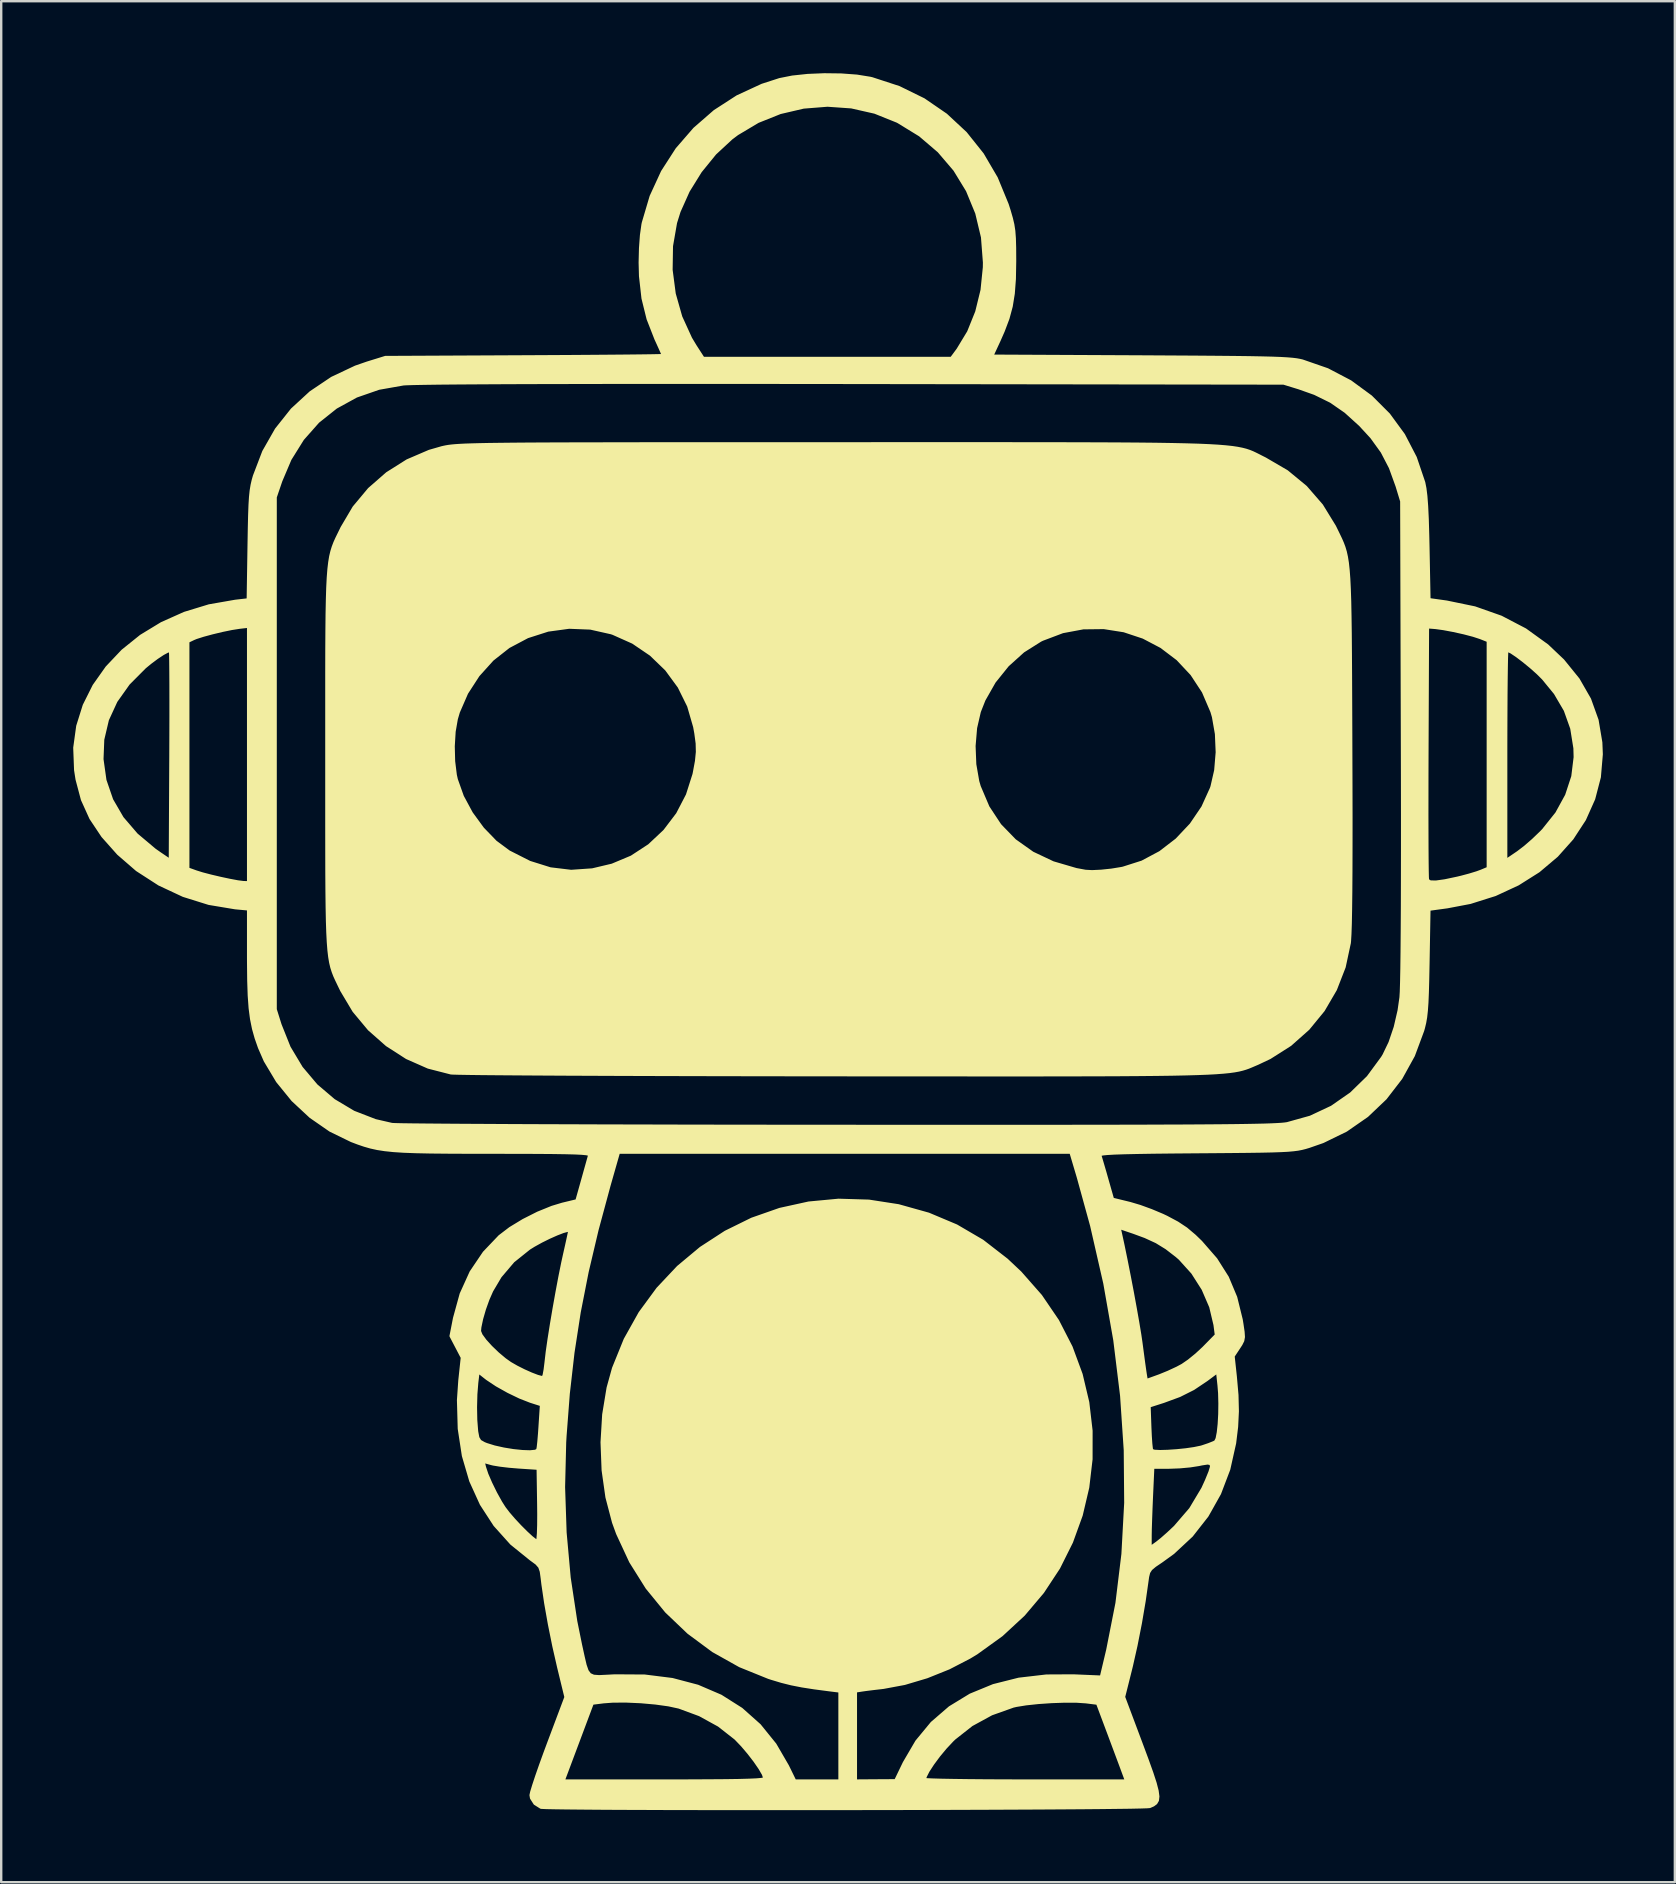
<source format=kicad_pcb>
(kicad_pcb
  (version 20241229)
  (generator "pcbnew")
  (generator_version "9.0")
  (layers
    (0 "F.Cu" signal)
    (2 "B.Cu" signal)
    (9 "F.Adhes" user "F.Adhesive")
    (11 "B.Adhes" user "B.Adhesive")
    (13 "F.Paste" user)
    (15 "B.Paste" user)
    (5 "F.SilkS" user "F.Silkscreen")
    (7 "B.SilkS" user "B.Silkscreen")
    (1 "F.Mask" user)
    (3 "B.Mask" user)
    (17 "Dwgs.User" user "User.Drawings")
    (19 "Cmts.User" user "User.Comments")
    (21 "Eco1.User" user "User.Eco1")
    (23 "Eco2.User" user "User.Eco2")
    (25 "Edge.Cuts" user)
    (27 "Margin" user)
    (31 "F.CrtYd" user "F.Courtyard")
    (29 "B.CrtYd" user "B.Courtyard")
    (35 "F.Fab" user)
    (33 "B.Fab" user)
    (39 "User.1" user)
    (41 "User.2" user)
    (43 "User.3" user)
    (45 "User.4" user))
  (footprint "buzz_silk"
    (layer "F.Cu")
    (at 31.758 35.995)
    (property "Reference" "buzz_silk" (at 0 0 0) (layer "F.SilkS") (effects (font (size 1.524 1.524) (thickness 0.3))))
    (attr through_hole)
    (fp_poly (pts (xy 21.492 -4.991) (xy 21.491 -3.795) (xy 21.488 -2.758) (xy 21.482 -1.877) (xy 21.473 -1.149) (xy 21.462 -0.57) (xy 21.447 -0.137) (xy 21.43 0.153) (xy 21.421 0.243) (xy 21.206 1.245) (xy 20.84 2.185) (xy 20.335 3.049) (xy 19.702 3.821) (xy 18.953 4.486) (xy 18.099 5.029) (xy 17.592 5.269) (xy 17.455 5.327) (xy 17.33 5.381) (xy 17.21 5.43) (xy 17.086 5.474) (xy 16.951 5.514) (xy 16.798 5.551) (xy 16.62 5.583) (xy 16.408 5.612) (xy 16.156 5.637) (xy 15.888 5.657) (xy 15.888 -7.704) (xy 15.856 -8.467) (xy 15.732 -9.176) (xy 15.668 -9.394) (xy 15.313 -10.222) (xy 14.833 -10.953) (xy 14.246 -11.579) (xy 13.568 -12.093) (xy 12.82 -12.486) (xy 12.017 -12.753) (xy 11.179 -12.885) (xy 10.322 -12.875) (xy 9.466 -12.715) (xy 8.627 -12.398) (xy 8.544 -12.358) (xy 7.827 -11.906) (xy 7.179 -11.322) (xy 6.627 -10.636) (xy 6.198 -9.881) (xy 6.006 -9.394) (xy 5.85 -8.717) (xy 5.787 -7.965) (xy 5.817 -7.203) (xy 5.94 -6.496) (xy 6.003 -6.28) (xy 6.366 -5.425) (xy 6.859 -4.677) (xy 7.477 -4.04) (xy 8.214 -3.517) (xy 9.066 -3.114) (xy 10.028 -2.832) (xy 10.414 -2.76) (xy 10.688 -2.745) (xy 11.069 -2.763) (xy 11.497 -2.808) (xy 11.913 -2.876) (xy 11.98 -2.89) (xy 12.772 -3.143) (xy 13.522 -3.543) (xy 14.207 -4.07) (xy 14.804 -4.703) (xy 15.291 -5.421) (xy 15.646 -6.203) (xy 15.672 -6.28) (xy 15.826 -6.954) (xy 15.888 -7.704) (xy 15.888 5.657) (xy 15.855 5.66) (xy 15.499 5.679) (xy 15.08 5.695) (xy 14.59 5.709) (xy 14.023 5.721) (xy 13.37 5.73) (xy 12.624 5.737) (xy 11.777 5.743) (xy 10.823 5.747) (xy 9.753 5.749) (xy 8.56 5.751) (xy 7.237 5.751) (xy 5.776 5.751) (xy 4.17 5.75) (xy 2.411 5.749) (xy 0.492 5.748) (xy 0.056 5.747) (xy -1.567 5.746) (xy -3.147 5.744) (xy -4.677 5.741) (xy -5.768 5.739) (xy -5.768 -7.718) (xy -5.777 -8.077) (xy -5.832 -8.49) (xy -5.881 -8.762) (xy -6.131 -9.626) (xy -6.527 -10.428) (xy -7.055 -11.148) (xy -7.699 -11.769) (xy -8.443 -12.274) (xy -9.271 -12.644) (xy -9.349 -12.67) (xy -10.212 -12.864) (xy -11.097 -12.899) (xy -11.977 -12.779) (xy -12.828 -12.506) (xy -13.61 -12.092) (xy -14.286 -11.56) (xy -14.875 -10.907) (xy -15.354 -10.168) (xy -15.698 -9.378) (xy -15.783 -9.089) (xy -15.874 -8.566) (xy -15.911 -7.955) (xy -15.895 -7.329) (xy -15.825 -6.763) (xy -15.783 -6.574) (xy -15.532 -5.868) (xy -15.158 -5.174) (xy -14.689 -4.531) (xy -14.155 -3.979) (xy -13.601 -3.568) (xy -12.739 -3.131) (xy -11.88 -2.862) (xy -11.015 -2.758) (xy -10.131 -2.819) (xy -9.307 -3.015) (xy -8.501 -3.353) (xy -7.769 -3.832) (xy -7.128 -4.434) (xy -6.593 -5.139) (xy -6.182 -5.93) (xy -5.909 -6.787) (xy -5.891 -6.876) (xy -5.805 -7.341) (xy -5.768 -7.718) (xy -5.768 5.739) (xy -6.147 5.738) (xy -7.55 5.734) (xy -8.875 5.73) (xy -10.116 5.725) (xy -11.263 5.72) (xy -12.308 5.714) (xy -13.241 5.708) (xy -14.055 5.702) (xy -14.74 5.696) (xy -15.289 5.689) (xy -15.692 5.682) (xy -15.941 5.675) (xy -16.022 5.67) (xy -16.968 5.427) (xy -17.866 5.031) (xy -18.695 4.498) (xy -19.438 3.843) (xy -20.075 3.079) (xy -20.587 2.221) (xy -20.617 2.159) (xy -20.714 1.958) (xy -20.8 1.779) (xy -20.876 1.611) (xy -20.941 1.442) (xy -20.998 1.262) (xy -21.046 1.059) (xy -21.086 0.823) (xy -21.119 0.541) (xy -21.145 0.203) (xy -21.166 -0.202) (xy -21.182 -0.685) (xy -21.193 -1.259) (xy -21.201 -1.932) (xy -21.206 -2.718) (xy -21.208 -3.627) (xy -21.209 -4.671) (xy -21.209 -5.859) (xy -21.209 -7.205) (xy -21.209 -7.408) (xy -21.209 -8.777) (xy -21.209 -9.988) (xy -21.209 -11.051) (xy -21.207 -11.979) (xy -21.202 -12.783) (xy -21.195 -13.473) (xy -21.183 -14.061) (xy -21.168 -14.558) (xy -21.147 -14.976) (xy -21.12 -15.326) (xy -21.086 -15.618) (xy -21.046 -15.864) (xy -20.996 -16.075) (xy -20.938 -16.263) (xy -20.871 -16.439) (xy -20.793 -16.613) (xy -20.703 -16.797) (xy -20.602 -17.003) (xy -20.575 -17.06) (xy -20.071 -17.914) (xy -19.435 -18.676) (xy -18.686 -19.33) (xy -17.844 -19.861) (xy -16.927 -20.255) (xy -16.403 -20.406) (xy -16.315 -20.426) (xy -16.223 -20.445) (xy -16.119 -20.462) (xy -15.997 -20.477) (xy -15.848 -20.491) (xy -15.665 -20.503) (xy -15.44 -20.515) (xy -15.167 -20.524) (xy -14.837 -20.533) (xy -14.443 -20.541) (xy -13.978 -20.547) (xy -13.434 -20.553) (xy -12.804 -20.558) (xy -12.079 -20.562) (xy -11.254 -20.565) (xy -10.32 -20.567) (xy -9.269 -20.569) (xy -8.095 -20.571) (xy -6.789 -20.572) (xy -5.344 -20.573) (xy -3.754 -20.573) (xy -2.009 -20.573) (xy -0.104 -20.573) (xy 0.067 -20.573) (xy 2.032 -20.574) (xy 3.836 -20.574) (xy 5.485 -20.574) (xy 6.987 -20.574) (xy 8.35 -20.573) (xy 9.58 -20.571) (xy 10.686 -20.568) (xy 11.675 -20.564) (xy 12.553 -20.558) (xy 13.33 -20.55) (xy 14.012 -20.539) (xy 14.606 -20.526) (xy 15.12 -20.511) (xy 15.562 -20.492) (xy 15.939 -20.47) (xy 16.258 -20.444) (xy 16.527 -20.415) (xy 16.753 -20.381) (xy 16.944 -20.343) (xy 17.108 -20.301) (xy 17.251 -20.253) (xy 17.38 -20.201) (xy 17.505 -20.142) (xy 17.631 -20.079) (xy 17.767 -20.009) (xy 17.907 -19.939) (xy 18.814 -19.409) (xy 19.599 -18.762) (xy 20.262 -17.998) (xy 20.803 -17.117) (xy 20.873 -16.974) (xy 20.971 -16.773) (xy 21.057 -16.593) (xy 21.132 -16.421) (xy 21.197 -16.247) (xy 21.253 -16.059) (xy 21.3 -15.845) (xy 21.34 -15.595) (xy 21.372 -15.295) (xy 21.399 -14.935) (xy 21.42 -14.504) (xy 21.437 -13.989) (xy 21.449 -13.38) (xy 21.459 -12.664) (xy 21.466 -11.83) (xy 21.472 -10.867) (xy 21.477 -9.762) (xy 21.482 -8.506) (xy 21.484 -7.874) (xy 21.489 -6.349) (xy 21.492 -4.991)) (stroke (width 0.1) (type solid)) (fill yes) (layer "F.SilkS"))
    (fp_poly (pts (xy 31.919 -7.62) (xy 31.838 -6.669) (xy 31.601 -5.76) (xy 31.218 -4.903) (xy 30.801 -4.264) (xy 30.801 -7.499) (xy 30.791 -7.874) (xy 30.659 -8.697) (xy 30.39 -9.452) (xy 29.973 -10.163) (xy 29.475 -10.771) (xy 29.245 -11) (xy 28.964 -11.25) (xy 28.665 -11.495) (xy 28.383 -11.709) (xy 28.151 -11.865) (xy 28.002 -11.936) (xy 27.987 -11.938) (xy 27.978 -11.856) (xy 27.969 -11.62) (xy 27.962 -11.247) (xy 27.955 -10.752) (xy 27.949 -10.15) (xy 27.945 -9.458) (xy 27.942 -8.692) (xy 27.94 -7.867) (xy 27.94 -7.575) (xy 27.94 -3.211) (xy 28.428 -3.542) (xy 28.716 -3.762) (xy 29.055 -4.056) (xy 29.384 -4.372) (xy 29.477 -4.468) (xy 30.035 -5.166) (xy 30.446 -5.915) (xy 30.703 -6.698) (xy 30.801 -7.499) (xy 30.801 -4.264) (xy 30.7 -4.108) (xy 30.057 -3.387) (xy 29.3 -2.748) (xy 28.439 -2.204) (xy 27.485 -1.762) (xy 27.178 -1.666) (xy 27.178 -2.881) (xy 27.178 -7.612) (xy 27.178 -12.343) (xy 26.86 -12.469) (xy 26.573 -12.563) (xy 26.181 -12.666) (xy 25.745 -12.763) (xy 25.329 -12.841) (xy 24.995 -12.887) (xy 24.977 -12.888) (xy 24.68 -12.912) (xy 24.658 -7.705) (xy 24.655 -6.779) (xy 24.654 -5.902) (xy 24.653 -5.089) (xy 24.655 -4.355) (xy 24.657 -3.714) (xy 24.661 -3.182) (xy 24.666 -2.773) (xy 24.672 -2.502) (xy 24.68 -2.385) (xy 24.681 -2.382) (xy 24.78 -2.318) (xy 25.014 -2.312) (xy 25.388 -2.364) (xy 25.912 -2.475) (xy 26.073 -2.514) (xy 26.407 -2.603) (xy 26.718 -2.698) (xy 26.898 -2.764) (xy 27.178 -2.881) (xy 27.178 -1.666) (xy 26.448 -1.435) (xy 25.488 -1.252) (xy 24.74 -1.15) (xy 24.701 1.055) (xy 24.687 1.747) (xy 24.672 2.296) (xy 24.654 2.727) (xy 24.63 3.064) (xy 24.6 3.335) (xy 24.56 3.565) (xy 24.509 3.778) (xy 24.476 3.895) (xy 24.09 4.933) (xy 23.608 5.805) (xy 23.608 -3.697) (xy 23.608 -5.113) (xy 23.606 -6.657) (xy 23.602 -8.255) (xy 23.574 -18.161) (xy 23.381 -18.795) (xy 23.104 -19.56) (xy 22.762 -20.218) (xy 22.323 -20.825) (xy 21.848 -21.34) (xy 21.242 -21.889) (xy 20.632 -22.311) (xy 19.961 -22.641) (xy 19.303 -22.874) (xy 18.669 -23.069) (xy 6.191 -23.087) (xy 6.191 -28.109) (xy 6.11 -29.161) (xy 5.871 -30.163) (xy 5.484 -31.102) (xy 4.957 -31.964) (xy 4.297 -32.737) (xy 3.514 -33.406) (xy 2.616 -33.957) (xy 2.566 -33.983) (xy 1.636 -34.357) (xy 0.662 -34.578) (xy -0.334 -34.648) (xy -1.329 -34.569) (xy -2.301 -34.342) (xy -3.228 -33.971) (xy -4.088 -33.458) (xy -4.335 -33.272) (xy -5.012 -32.644) (xy -5.617 -31.9) (xy -6.123 -31.083) (xy -6.504 -30.231) (xy -6.651 -29.76) (xy -6.819 -28.795) (xy -6.835 -27.801) (xy -6.705 -26.808) (xy -6.433 -25.848) (xy -6.025 -24.954) (xy -5.834 -24.636) (xy -5.507 -24.13) (xy -0.341 -24.13) (xy 4.825 -24.13) (xy 5.091 -24.49) (xy 5.533 -25.22) (xy 5.87 -26.056) (xy 6.092 -26.963) (xy 6.188 -27.907) (xy 6.191 -28.109) (xy 6.191 -23.087) (xy 0.762 -23.095) (xy -1.548 -23.098) (xy -3.715 -23.099) (xy -5.738 -23.1) (xy -7.614 -23.1) (xy -9.343 -23.099) (xy -10.921 -23.096) (xy -12.346 -23.093) (xy -13.618 -23.089) (xy -14.733 -23.083) (xy -15.691 -23.077) (xy -16.488 -23.07) (xy -17.122 -23.061) (xy -17.593 -23.052) (xy -17.898 -23.042) (xy -18.004 -23.035) (xy -19.022 -22.855) (xy -19.958 -22.53) (xy -20.804 -22.065) (xy -21.551 -21.47) (xy -22.19 -20.748) (xy -22.713 -19.909) (xy -23.095 -19.008) (xy -23.326 -18.33) (xy -23.326 -7.662) (xy -23.326 3.006) (xy -23.127 3.641) (xy -22.75 4.585) (xy -22.244 5.431) (xy -21.621 6.169) (xy -20.893 6.788) (xy -20.072 7.278) (xy -19.168 7.628) (xy -18.477 7.787) (xy -18.355 7.793) (xy -18.071 7.8) (xy -17.634 7.806) (xy -17.052 7.812) (xy -16.332 7.818) (xy -15.482 7.824) (xy -14.512 7.829) (xy -13.427 7.835) (xy -12.237 7.84) (xy -10.95 7.844) (xy -9.573 7.849) (xy -8.114 7.852) (xy -6.582 7.856) (xy -4.984 7.859) (xy -3.329 7.861) (xy -1.623 7.863) (xy 0.056 7.864) (xy 2.16 7.865) (xy 4.102 7.866) (xy 5.887 7.866) (xy 7.523 7.866) (xy 9.015 7.865) (xy 10.372 7.864) (xy 11.598 7.862) (xy 12.701 7.86) (xy 13.687 7.856) (xy 14.563 7.853) (xy 15.336 7.848) (xy 16.011 7.843) (xy 16.596 7.837) (xy 17.098 7.83) (xy 17.522 7.822) (xy 17.875 7.814) (xy 18.164 7.804) (xy 18.396 7.793) (xy 18.576 7.782) (xy 18.712 7.769) (xy 18.811 7.755) (xy 18.824 7.752) (xy 19.781 7.485) (xy 20.669 7.068) (xy 21.472 6.51) (xy 22.179 5.822) (xy 22.774 5.013) (xy 22.836 4.911) (xy 23.089 4.385) (xy 23.305 3.747) (xy 23.466 3.052) (xy 23.544 2.506) (xy 23.558 2.274) (xy 23.57 1.877) (xy 23.581 1.32) (xy 23.59 0.608) (xy 23.597 -0.254) (xy 23.603 -1.262) (xy 23.606 -2.411) (xy 23.608 -3.697) (xy 23.608 5.805) (xy 23.568 5.877) (xy 22.919 6.719) (xy 22.153 7.448) (xy 21.279 8.055) (xy 20.308 8.529) (xy 19.725 8.732) (xy 19.574 8.777) (xy 19.427 8.814) (xy 19.268 8.845) (xy 19.081 8.869) (xy 18.849 8.89) (xy 18.556 8.905) (xy 18.185 8.918) (xy 17.719 8.928) (xy 17.144 8.936) (xy 16.441 8.943) (xy 15.594 8.95) (xy 15.042 8.954) (xy 14.061 8.962) (xy 13.239 8.971) (xy 12.564 8.982) (xy 12.028 8.994) (xy 11.618 9.008) (xy 11.324 9.025) (xy 11.136 9.044) (xy 11.042 9.067) (xy 11.028 9.085) (xy 11.065 9.205) (xy 11.137 9.449) (xy 11.233 9.777) (xy 11.309 10.045) (xy 11.554 10.904) (xy 12.275 11.08) (xy 12.685 11.202) (xy 13.162 11.376) (xy 13.626 11.571) (xy 13.793 11.65) (xy 14.247 11.892) (xy 14.617 12.137) (xy 14.971 12.436) (xy 15.232 12.689) (xy 15.859 13.409) (xy 16.339 14.168) (xy 16.687 14.998) (xy 16.917 15.93) (xy 16.947 16.115) (xy 16.995 16.442) (xy 17.009 16.657) (xy 16.981 16.814) (xy 16.904 16.968) (xy 16.814 17.106) (xy 16.581 17.458) (xy 16.672 18.3) (xy 16.74 19.073) (xy 16.757 19.751) (xy 16.725 20.398) (xy 16.642 21.083) (xy 16.641 21.086) (xy 16.398 22.172) (xy 16.013 23.184) (xy 16 23.206) (xy 16 19.428) (xy 15.989 18.997) (xy 15.964 18.681) (xy 15.904 18.123) (xy 15.851 18.163) (xy 15.851 16.571) (xy 15.796 16.151) (xy 15.619 15.403) (xy 15.301 14.666) (xy 14.866 13.984) (xy 14.34 13.401) (xy 14.204 13.283) (xy 13.78 12.956) (xy 13.367 12.702) (xy 12.903 12.488) (xy 12.417 12.309) (xy 11.834 12.111) (xy 11.877 12.3) (xy 11.993 12.833) (xy 12.12 13.452) (xy 12.252 14.119) (xy 12.382 14.799) (xy 12.502 15.455) (xy 12.607 16.05) (xy 12.69 16.55) (xy 12.74 16.891) (xy 12.796 17.315) (xy 12.848 17.703) (xy 12.891 18.009) (xy 12.916 18.18) (xy 12.961 18.452) (xy 13.497 18.258) (xy 13.858 18.111) (xy 14.228 17.939) (xy 14.446 17.822) (xy 14.711 17.64) (xy 15.026 17.384) (xy 15.326 17.106) (xy 15.355 17.076) (xy 15.851 16.571) (xy 15.851 18.163) (xy 15.466 18.45) (xy 14.915 18.819) (xy 14.337 19.109) (xy 13.674 19.353) (xy 13.081 19.543) (xy 13.112 20.419) (xy 13.129 20.79) (xy 13.15 21.099) (xy 13.173 21.306) (xy 13.188 21.369) (xy 13.292 21.403) (xy 13.525 21.414) (xy 13.846 21.405) (xy 14.215 21.38) (xy 14.595 21.341) (xy 14.944 21.29) (xy 15.224 21.232) (xy 15.282 21.215) (xy 15.548 21.125) (xy 15.757 21.041) (xy 15.824 21.006) (xy 15.884 20.886) (xy 15.933 20.633) (xy 15.971 20.281) (xy 15.994 19.868) (xy 16 19.428) (xy 16 23.206) (xy 15.653 23.825) (xy 15.653 22.055) (xy 15.629 21.945) (xy 15.504 21.92) (xy 15.267 21.956) (xy 15.134 21.984) (xy 14.775 22.04) (xy 14.34 22.08) (xy 13.923 22.096) (xy 13.92 22.096) (xy 13.234 22.098) (xy 13.179 23.305) (xy 13.159 23.784) (xy 13.142 24.245) (xy 13.129 24.64) (xy 13.124 24.922) (xy 13.124 24.961) (xy 13.123 25.412) (xy 13.391 25.221) (xy 13.584 25.067) (xy 13.843 24.839) (xy 14.115 24.584) (xy 14.141 24.559) (xy 14.78 23.816) (xy 15.29 22.963) (xy 15.444 22.625) (xy 15.587 22.274) (xy 15.653 22.055) (xy 15.653 23.825) (xy 15.492 24.11) (xy 14.844 24.937) (xy 14.076 25.653) (xy 13.589 26.006) (xy 13.314 26.192) (xy 13.149 26.331) (xy 13.061 26.468) (xy 13.017 26.647) (xy 12.997 26.79) (xy 12.875 27.648) (xy 12.716 28.582) (xy 12.533 29.512) (xy 12.341 30.364) (xy 12.309 30.495) (xy 12.077 31.421) (xy 12.077 23.569) (xy 12.058 21.369) (xy 11.906 19.105) (xy 11.622 16.787) (xy 11.206 14.423) (xy 10.658 12.024) (xy 10.104 10.012) (xy 9.796 8.975) (xy 0.384 8.975) (xy -9.029 8.975) (xy -9.422 10.351) (xy -9.92 12.194) (xy -10.332 13.94) (xy -10.664 15.63) (xy -10.923 17.306) (xy -11.091 18.782) (xy -11.091 12.245) (xy -11.16 12.227) (xy -11.344 12.277) (xy -11.609 12.379) (xy -11.922 12.518) (xy -12.251 12.681) (xy -12.56 12.852) (xy -12.758 12.975) (xy -13.421 13.507) (xy -13.957 14.138) (xy -14.31 14.734) (xy -14.466 15.089) (xy -14.612 15.497) (xy -14.729 15.901) (xy -14.802 16.246) (xy -14.817 16.413) (xy -14.754 16.569) (xy -14.588 16.797) (xy -14.347 17.063) (xy -14.063 17.336) (xy -13.766 17.585) (xy -13.547 17.74) (xy -13.279 17.894) (xy -12.973 18.048) (xy -12.668 18.184) (xy -12.407 18.284) (xy -12.231 18.33) (xy -12.186 18.326) (xy -12.151 18.231) (xy -12.111 18.012) (xy -12.074 17.714) (xy -12.07 17.676) (xy -12.023 17.272) (xy -11.947 16.742) (xy -11.849 16.124) (xy -11.736 15.457) (xy -11.615 14.78) (xy -11.493 14.132) (xy -11.376 13.553) (xy -11.306 13.234) (xy -11.221 12.856) (xy -11.152 12.542) (xy -11.106 12.326) (xy -11.091 12.245) (xy -11.091 18.782) (xy -11.118 19.012) (xy -11.254 20.789) (xy -11.269 21.043) (xy -11.315 22.909) (xy -11.251 24.805) (xy -11.081 26.684) (xy -10.807 28.498) (xy -10.611 29.464) (xy -10.502 29.963) (xy -10.418 30.322) (xy -10.335 30.562) (xy -10.229 30.706) (xy -10.075 30.775) (xy -9.85 30.792) (xy -9.53 30.777) (xy -9.195 30.759) (xy -7.951 30.767) (xy -6.797 30.912) (xy -5.737 31.192) (xy -4.775 31.605) (xy -3.914 32.15) (xy -3.158 32.824) (xy -2.51 33.625) (xy -1.988 34.523) (xy -1.688 35.137) (xy -0.759 35.137) (xy 0.169 35.137) (xy 0.169 33.279) (xy 0.169 31.422) (xy -0.233 31.372) (xy -0.879 31.287) (xy -1.4 31.206) (xy -1.842 31.119) (xy -2.249 31.017) (xy -2.665 30.892) (xy -2.791 30.851) (xy -3.989 30.366) (xy -5.107 29.739) (xy -6.133 28.979) (xy -7.056 28.099) (xy -7.864 27.11) (xy -8.546 26.022) (xy -9.092 24.847) (xy -9.262 24.379) (xy -9.536 23.334) (xy -9.695 22.209) (xy -9.74 21.044) (xy -9.671 19.884) (xy -9.488 18.771) (xy -9.262 17.955) (xy -8.775 16.754) (xy -8.155 15.646) (xy -7.414 14.637) (xy -6.565 13.735) (xy -5.618 12.945) (xy -4.588 12.276) (xy -3.487 11.734) (xy -2.325 11.327) (xy -1.117 11.061) (xy 0.126 10.944) (xy 1.391 10.982) (xy 2.625 11.173) (xy 3.881 11.525) (xy 5.043 12.014) (xy 6.125 12.647) (xy 7.138 13.432) (xy 7.705 13.966) (xy 8.559 14.937) (xy 9.266 15.976) (xy 9.828 17.071) (xy 10.247 18.208) (xy 10.524 19.376) (xy 10.662 20.56) (xy 10.661 21.747) (xy 10.523 22.926) (xy 10.251 24.082) (xy 9.845 25.204) (xy 9.309 26.278) (xy 8.642 27.29) (xy 7.848 28.229) (xy 6.927 29.081) (xy 5.882 29.834) (xy 5.588 30.012) (xy 4.73 30.456) (xy 3.81 30.826) (xy 2.881 31.103) (xy 1.998 31.268) (xy 1.904 31.279) (xy 1.575 31.317) (xy 1.27 31.355) (xy 1.122 31.376) (xy 0.847 31.419) (xy 0.847 33.278) (xy 0.847 35.137) (xy 1.672 35.131) (xy 2.498 35.126) (xy 2.853 34.39) (xy 3.373 33.501) (xy 4.009 32.731) (xy 4.758 32.084) (xy 5.615 31.561) (xy 6.576 31.166) (xy 7.635 30.899) (xy 8.788 30.765) (xy 9.909 30.759) (xy 11.062 30.808) (xy 11.327 29.692) (xy 11.712 27.74) (xy 11.961 25.696) (xy 12.077 23.569) (xy 12.077 31.421) (xy 12.018 31.653) (xy 12.74 33.577) (xy 12.996 34.265) (xy 13.192 34.813) (xy 13.331 35.24) (xy 13.414 35.562) (xy 13.445 35.798) (xy 13.426 35.965) (xy 13.358 36.082) (xy 13.245 36.166) (xy 13.095 36.232) (xy 12.987 36.241) (xy 12.721 36.25) (xy 12.309 36.259) (xy 12.103 36.262) (xy 12.103 35.137) (xy 11.86 34.48) (xy 11.725 34.119) (xy 11.556 33.666) (xy 11.378 33.189) (xy 11.261 32.877) (xy 10.906 31.929) (xy 10.433 31.87) (xy 10.045 31.844) (xy 9.55 31.842) (xy 9.001 31.861) (xy 8.448 31.899) (xy 7.942 31.953) (xy 7.534 32.019) (xy 7.408 32.048) (xy 6.504 32.37) (xy 5.677 32.822) (xy 4.958 33.388) (xy 4.872 33.471) (xy 4.589 33.773) (xy 4.311 34.108) (xy 4.063 34.443) (xy 3.868 34.743) (xy 3.75 34.976) (xy 3.726 35.073) (xy 3.808 35.086) (xy 4.043 35.097) (xy 4.415 35.108) (xy 4.908 35.117) (xy 5.506 35.125) (xy 6.193 35.131) (xy 6.953 35.135) (xy 7.769 35.137) (xy 7.914 35.137) (xy 12.103 35.137) (xy 12.103 36.262) (xy 11.762 36.266) (xy 11.092 36.274) (xy 10.309 36.281) (xy 9.426 36.287) (xy 8.454 36.293) (xy 7.404 36.298) (xy 6.288 36.303) (xy 5.117 36.307) (xy 3.903 36.311) (xy 2.658 36.314) (xy 1.392 36.316) (xy 0.117 36.318) (xy -1.155 36.319) (xy -2.413 36.319) (xy -2.963 36.319) (xy -2.963 35.037) (xy -3.017 34.877) (xy -3.162 34.627) (xy -3.373 34.321) (xy -3.626 33.993) (xy -3.895 33.676) (xy -4.156 33.404) (xy -4.182 33.38) (xy -4.867 32.844) (xy -5.663 32.406) (xy -6.521 32.089) (xy -6.955 31.995) (xy -7.502 31.919) (xy -8.107 31.865) (xy -8.714 31.838) (xy -9.268 31.84) (xy -9.66 31.869) (xy -10.122 31.927) (xy -10.723 33.532) (xy -11.325 35.137) (xy -7.144 35.137) (xy -6.138 35.136) (xy -5.29 35.132) (xy -4.592 35.127) (xy -4.033 35.119) (xy -3.603 35.107) (xy -3.291 35.093) (xy -3.088 35.075) (xy -2.983 35.054) (xy -2.963 35.037) (xy -2.963 36.319) (xy -3.646 36.319) (xy -4.841 36.318) (xy -5.988 36.316) (xy -7.075 36.314) (xy -8.091 36.31) (xy -9.024 36.307) (xy -9.862 36.302) (xy -10.595 36.296) (xy -11.211 36.29) (xy -11.697 36.283) (xy -12.044 36.276) (xy -12.239 36.267) (xy -12.277 36.262) (xy -12.532 36.101) (xy -12.679 35.87) (xy -12.7 35.743) (xy -12.671 35.606) (xy -12.589 35.335) (xy -12.464 34.956) (xy -12.302 34.492) (xy -12.113 33.97) (xy -11.973 33.594) (xy -11.246 31.659) (xy -11.549 30.413) (xy -11.75 29.531) (xy -11.933 28.623) (xy -12.088 27.747) (xy -12.204 26.956) (xy -12.233 26.712) (xy -12.266 26.47) (xy -12.266 19.49) (xy -12.716 19.346) (xy -13.153 19.175) (xy -13.644 18.938) (xy -14.122 18.67) (xy -14.517 18.407) (xy -14.572 18.365) (xy -14.878 18.123) (xy -14.931 18.565) (xy -14.969 19.04) (xy -14.983 19.58) (xy -14.973 20.112) (xy -14.938 20.559) (xy -14.933 20.602) (xy -14.886 20.848) (xy -14.802 20.987) (xy -14.633 21.083) (xy -14.53 21.124) (xy -14.204 21.225) (xy -13.823 21.31) (xy -13.424 21.375) (xy -13.047 21.414) (xy -12.727 21.425) (xy -12.504 21.403) (xy -12.42 21.357) (xy -12.399 21.251) (xy -12.373 21.014) (xy -12.345 20.684) (xy -12.325 20.392) (xy -12.266 19.49) (xy -12.266 26.47) (xy -12.273 26.423) (xy -12.336 26.24) (xy -12.377 26.194) (xy -12.377 24.04) (xy -12.381 23.643) (xy -12.404 22.14) (xy -13.208 22.087) (xy -13.603 22.054) (xy -13.973 22.01) (xy -14.258 21.963) (xy -14.338 21.944) (xy -14.663 21.853) (xy -14.608 22.081) (xy -14.512 22.37) (xy -14.35 22.745) (xy -14.15 23.152) (xy -13.937 23.536) (xy -13.79 23.768) (xy -13.619 23.992) (xy -13.391 24.257) (xy -13.134 24.533) (xy -12.879 24.788) (xy -12.656 24.994) (xy -12.493 25.121) (xy -12.434 25.146) (xy -12.41 25.065) (xy -12.391 24.838) (xy -12.38 24.489) (xy -12.377 24.04) (xy -12.377 26.194) (xy -12.461 26.098) (xy -12.684 25.934) (xy -12.7 25.923) (xy -13.511 25.267) (xy -14.202 24.497) (xy -14.769 23.624) (xy -15.209 22.656) (xy -15.517 21.605) (xy -15.689 20.479) (xy -15.722 19.289) (xy -15.666 18.473) (xy -15.564 17.515) (xy -15.798 17.067) (xy -16.033 16.618) (xy -15.886 15.867) (xy -15.609 14.86) (xy -15.195 13.947) (xy -14.646 13.135) (xy -14 12.457) (xy -13.56 12.121) (xy -13.01 11.787) (xy -12.408 11.483) (xy -11.813 11.241) (xy -11.384 11.111) (xy -10.787 10.967) (xy -10.537 10.077) (xy -10.433 9.704) (xy -10.344 9.387) (xy -10.282 9.165) (xy -10.26 9.081) (xy -10.286 9.055) (xy -10.386 9.034) (xy -10.572 9.016) (xy -10.856 9.002) (xy -11.25 8.992) (xy -11.765 8.984) (xy -12.413 8.979) (xy -13.205 8.976) (xy -14.154 8.975) (xy -14.253 8.975) (xy -15.27 8.974) (xy -16.136 8.97) (xy -16.866 8.963) (xy -17.479 8.95) (xy -17.99 8.931) (xy -18.417 8.903) (xy -18.778 8.865) (xy -19.089 8.817) (xy -19.367 8.756) (xy -19.629 8.681) (xy -19.894 8.591) (xy -20.171 8.486) (xy -21.053 8.056) (xy -21.877 7.485) (xy -22.62 6.794) (xy -23.259 6.009) (xy -23.771 5.153) (xy -24.011 4.603) (xy -24.151 4.203) (xy -24.26 3.815) (xy -24.342 3.41) (xy -24.401 2.959) (xy -24.439 2.433) (xy -24.46 1.804) (xy -24.468 1.042) (xy -24.469 0.809) (xy -24.469 -1.161) (xy -24.469 -2.286) (xy -24.469 -7.612) (xy -24.469 -12.938) (xy -24.828 -12.897) (xy -25.15 -12.847) (xy -25.544 -12.766) (xy -25.957 -12.667) (xy -26.338 -12.564) (xy -26.632 -12.47) (xy -26.736 -12.427) (xy -26.966 -12.317) (xy -26.966 -7.585) (xy -26.966 -2.853) (xy -26.628 -2.732) (xy -26.371 -2.652) (xy -26.019 -2.56) (xy -25.624 -2.467) (xy -25.235 -2.384) (xy -24.902 -2.322) (xy -24.676 -2.293) (xy -24.659 -2.292) (xy -24.469 -2.286) (xy -24.469 -1.161) (xy -25.01 -1.211) (xy -26.107 -1.394) (xy -27.173 -1.727) (xy -27.701 -1.974) (xy -27.701 -9.896) (xy -27.702 -10.531) (xy -27.705 -11.066) (xy -27.709 -11.485) (xy -27.714 -11.771) (xy -27.721 -11.909) (xy -27.723 -11.919) (xy -27.818 -11.904) (xy -28.01 -11.802) (xy -28.265 -11.633) (xy -28.549 -11.421) (xy -28.768 -11.24) (xy -29.446 -10.559) (xy -29.964 -9.829) (xy -30.32 -9.054) (xy -30.513 -8.234) (xy -30.545 -7.417) (xy -30.422 -6.541) (xy -30.142 -5.726) (xy -29.705 -4.973) (xy -29.11 -4.28) (xy -28.356 -3.646) (xy -28.152 -3.503) (xy -27.728 -3.216) (xy -27.706 -7.548) (xy -27.703 -8.388) (xy -27.701 -9.176) (xy -27.701 -9.896) (xy -27.701 -1.974) (xy -28.182 -2.199) (xy -29.108 -2.797) (xy -29.887 -3.472) (xy -30.538 -4.204) (xy -31.034 -4.947) (xy -31.388 -5.728) (xy -31.612 -6.573) (xy -31.673 -6.964) (xy -31.708 -7.893) (xy -31.584 -8.797) (xy -31.312 -9.664) (xy -30.902 -10.484) (xy -30.363 -11.246) (xy -29.706 -11.94) (xy -28.941 -12.555) (xy -28.078 -13.08) (xy -27.127 -13.505) (xy -26.099 -13.819) (xy -25.005 -14.01) (xy -24.483 -14.07) (xy -24.447 -16.327) (xy -24.435 -17.023) (xy -24.422 -17.574) (xy -24.406 -18.006) (xy -24.385 -18.344) (xy -24.357 -18.612) (xy -24.32 -18.837) (xy -24.273 -19.042) (xy -24.223 -19.217) (xy -23.834 -20.235) (xy -23.306 -21.162) (xy -22.649 -21.988) (xy -21.872 -22.703) (xy -20.985 -23.299) (xy -19.998 -23.765) (xy -19.516 -23.932) (xy -18.754 -24.168) (xy -12.975 -24.196) (xy -12.003 -24.201) (xy -11.082 -24.206) (xy -10.226 -24.212) (xy -9.449 -24.218) (xy -8.765 -24.224) (xy -8.187 -24.23) (xy -7.728 -24.236) (xy -7.404 -24.242) (xy -7.227 -24.247) (xy -7.197 -24.249) (xy -7.23 -24.333) (xy -7.318 -24.532) (xy -7.444 -24.81) (xy -7.494 -24.918) (xy -7.822 -25.757) (xy -8.034 -26.615) (xy -8.138 -27.541) (xy -8.153 -28.109) (xy -8.138 -28.707) (xy -8.098 -29.252) (xy -8.036 -29.694) (xy -8.022 -29.762) (xy -7.695 -30.867) (xy -7.221 -31.897) (xy -6.614 -32.839) (xy -5.882 -33.683) (xy -5.039 -34.417) (xy -4.094 -35.028) (xy -3.06 -35.506) (xy -2.328 -35.743) (xy -1.8 -35.848) (xy -1.161 -35.916) (xy -0.464 -35.945) (xy 0.238 -35.936) (xy 0.89 -35.888) (xy 1.442 -35.799) (xy 1.524 -35.78) (xy 2.651 -35.411) (xy 3.682 -34.905) (xy 4.61 -34.268) (xy 5.428 -33.506) (xy 6.131 -32.625) (xy 6.713 -31.632) (xy 7.166 -30.531) (xy 7.25 -30.268) (xy 7.339 -29.96) (xy 7.402 -29.693) (xy 7.443 -29.425) (xy 7.466 -29.116) (xy 7.477 -28.723) (xy 7.48 -28.206) (xy 7.48 -28.152) (xy 7.467 -27.422) (xy 7.421 -26.814) (xy 7.335 -26.281) (xy 7.199 -25.776) (xy 7.002 -25.253) (xy 6.828 -24.858) (xy 6.534 -24.223) (xy 12.729 -24.193) (xy 13.92 -24.186) (xy 14.954 -24.18) (xy 15.843 -24.173) (xy 16.6 -24.166) (xy 17.236 -24.158) (xy 17.764 -24.148) (xy 18.196 -24.137) (xy 18.545 -24.124) (xy 18.823 -24.108) (xy 19.041 -24.09) (xy 19.213 -24.069) (xy 19.35 -24.044) (xy 19.453 -24.02) (xy 20.501 -23.656) (xy 21.457 -23.155) (xy 22.312 -22.528) (xy 23.056 -21.784) (xy 23.678 -20.934) (xy 24.169 -19.987) (xy 24.52 -18.952) (xy 24.522 -18.945) (xy 24.57 -18.703) (xy 24.61 -18.381) (xy 24.642 -17.96) (xy 24.668 -17.42) (xy 24.688 -16.742) (xy 24.699 -16.246) (xy 24.741 -14.078) (xy 25.462 -13.977) (xy 26.635 -13.734) (xy 27.732 -13.347) (xy 28.744 -12.819) (xy 29.659 -12.158) (xy 30.316 -11.535) (xy 30.954 -10.747) (xy 31.429 -9.919) (xy 31.743 -9.044) (xy 31.899 -8.115) (xy 31.919 -7.62)) (stroke (width 0.1) (type solid)) (fill yes) (layer "F.SilkS")))
  (gr_rect
    (start -3 -3)
    (end 66.727 75.364)
    (stroke (width 0.1) (type default))
    (fill no)
    (layer "Edge.Cuts")))
</source>
